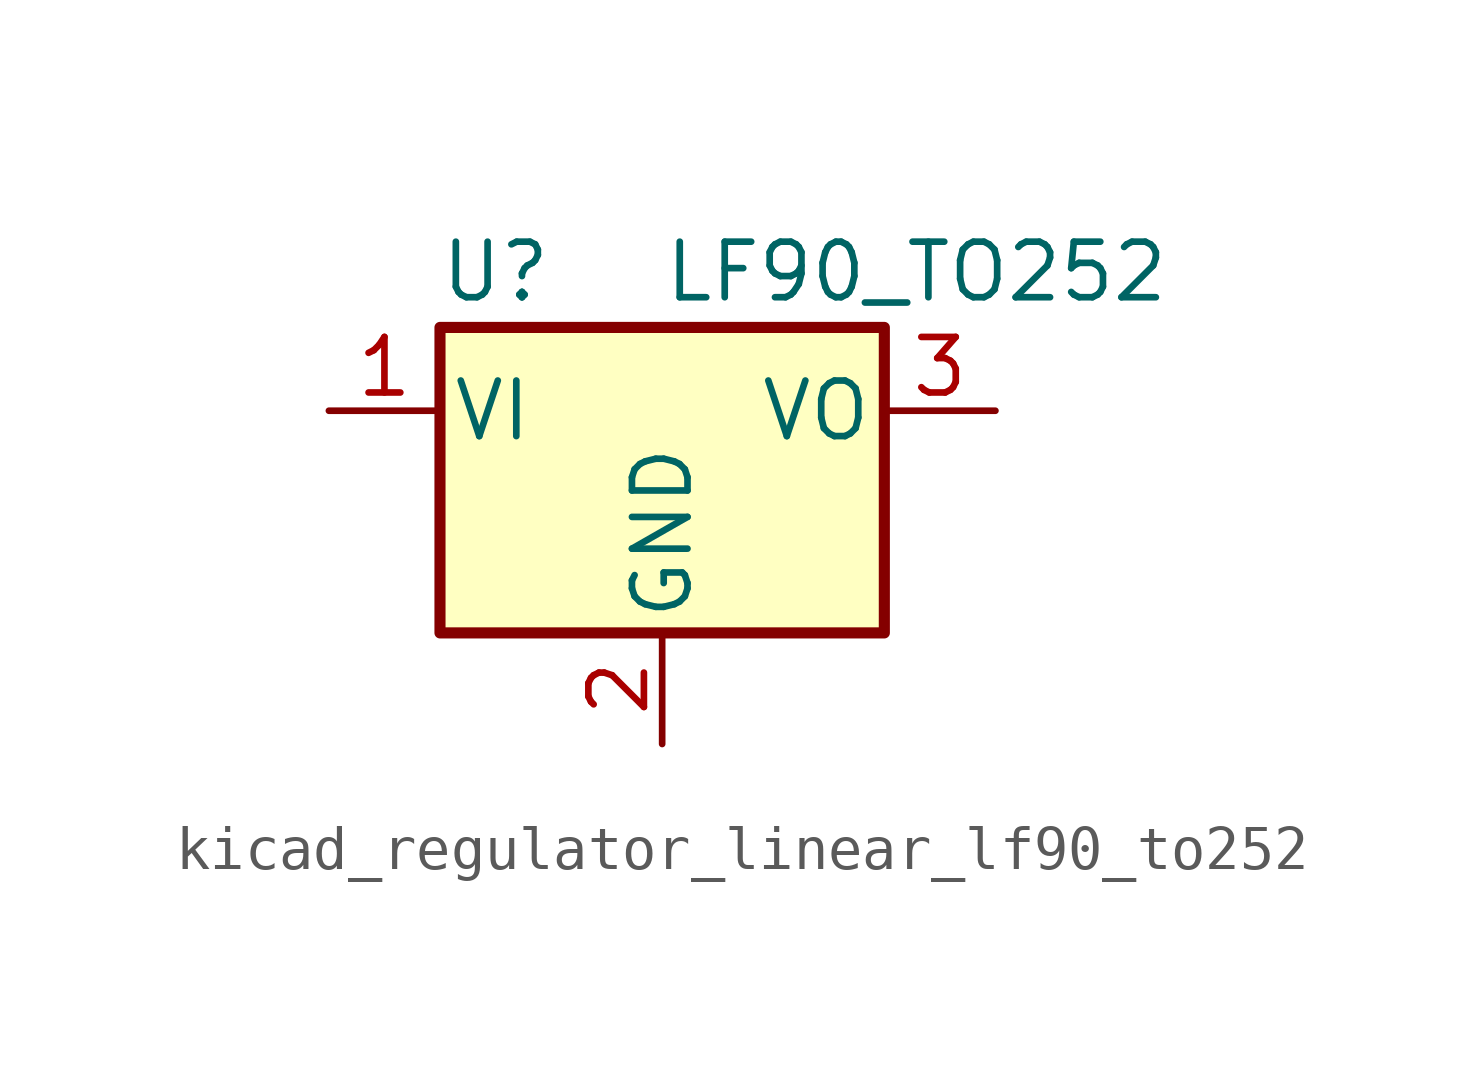
<source format=kicad_sym>
(kicad_symbol_lib
  (version 20220914)
  (generator kicad_symbol_editor)
  (symbol "kicad_regulator_linear_lf90_to252"
    (pin_names
      (offset 0.254))
    (property "Reference" "U"
      (at -3.81 3.175 0)
      (effects (font (size 1.27 1.27))))
    (property "Value" "LF90_TO252"
      (at 0 3.175 0)
      (effects (font (size 1.27 1.27)) (justify left)))
    (symbol "kicad_regulator_linear_lf90_to252_0_1"
      (rectangle (start -5.08 1.905) (end 5.08 -5.08) (stroke (width 0.254) (type default)) (fill (type background))))
    (symbol "kicad_regulator_linear_lf90_to252_1_1"
      (pin power_in line (at -7.62 0 0) (length 2.54) (name "VI" (effects (font (size 1.27 1.27)))) (number "1" (effects (font (size 1.27 1.27)))))
      (pin power_in line (at 0 -7.62 90) (length 2.54) (name "GND" (effects (font (size 1.27 1.27)))) (number "2" (effects (font (size 1.27 1.27)))))
      (pin power_out line (at 7.62 0 180) (length 2.54) (name "VO" (effects (font (size 1.27 1.27)))) (number "3" (effects (font (size 1.27 1.27))))))))
</source>
